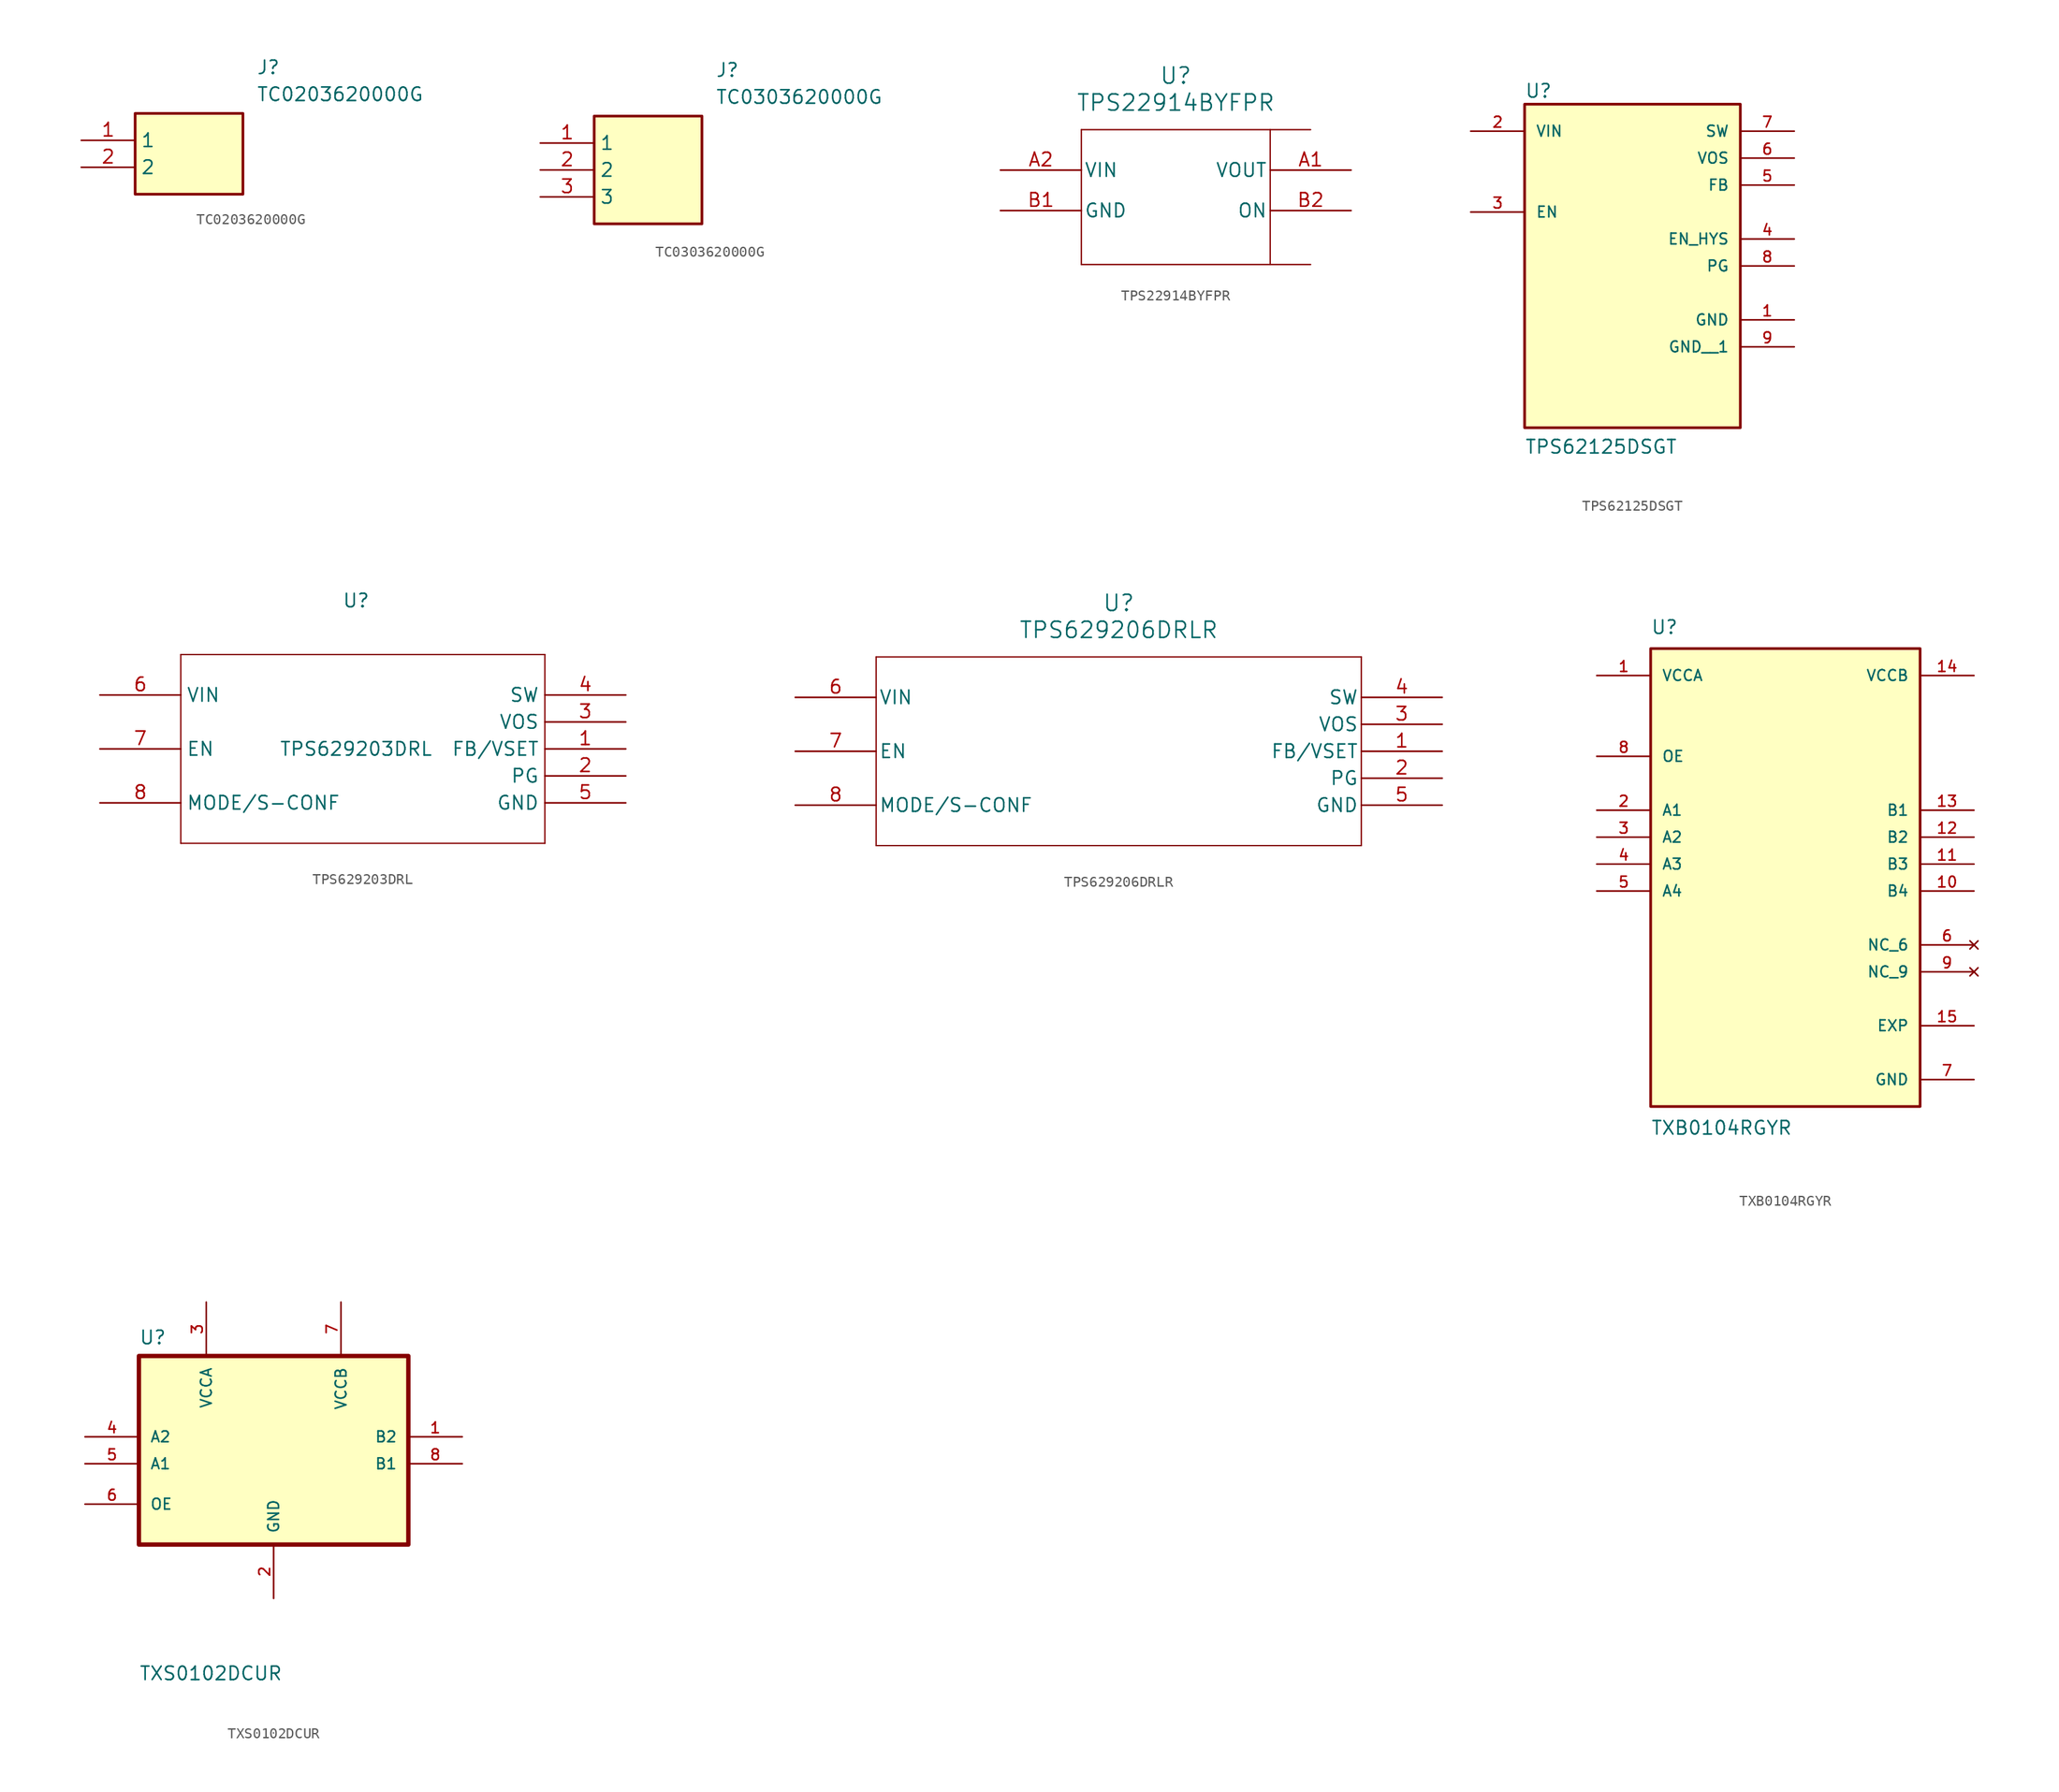
<source format=kicad_sym>
(kicad_symbol_lib
  (version 20241209)
  (generator "kicad_symbol_editor")
  (generator_version "9.0")
  (symbol "TC0203620000G"
    (property "Reference" "J"
      (at 16.51 7.62 0)
      (effects (font (size 1.27 1.27)) (justify left top)))
    (property "Value" "TC0203620000G"
      (at 16.51 5.08 0)
      (effects (font (size 1.27 1.27)) (justify left top)))
    (symbol "TC0203620000G_1_1"
      (rectangle (start 5.08 2.54) (end 15.24 -5.08) (stroke (width 0.254) (type default)) (fill (type background)))
      (pin passive line (at 0 0 0) (length 5.08) (name "1" (effects (font (size 1.27 1.27)))) (number "1" (effects (font (size 1.27 1.27)))))
      (pin passive line (at 0 -2.54 0) (length 5.08) (name "2" (effects (font (size 1.27 1.27)))) (number "2" (effects (font (size 1.27 1.27)))))))
  (symbol "TC0303620000G"
    (property "Reference" "J"
      (at 16.51 7.62 0)
      (effects (font (size 1.27 1.27)) (justify left top)))
    (property "Value" "TC0303620000G"
      (at 16.51 5.08 0)
      (effects (font (size 1.27 1.27)) (justify left top)))
    (symbol "TC0303620000G_1_1"
      (rectangle (start 5.08 2.54) (end 15.24 -7.62) (stroke (width 0.254) (type default)) (fill (type background)))
      (pin passive line (at 0 0 0) (length 5.08) (name "1" (effects (font (size 1.27 1.27)))) (number "1" (effects (font (size 1.27 1.27)))))
      (pin passive line (at 0 -2.54 0) (length 5.08) (name "2" (effects (font (size 1.27 1.27)))) (number "2" (effects (font (size 1.27 1.27)))))
      (pin passive line (at 0 -5.08 0) (length 5.08) (name "3" (effects (font (size 1.27 1.27)))) (number "3" (effects (font (size 1.27 1.27)))))))
  (symbol "TPS22914BYFPR"
    (pin_names
      (offset 0.254))
    (property "Reference" "U"
      (at 0 10.16 0)
      (effects (font (size 1.524 1.524))))
    (property "Value" "TPS22914BYFPR"
      (at 0 7.62 0)
      (effects (font (size 1.524 1.524))))
    (property "ki_locked" ""
      (at 0 0 0)
      (effects (font (size 1.27 1.27))))
    (symbol "TPS22914BYFPR_0_1"
      (polyline (pts (xy -8.89 5.08) (xy -8.89 -7.62)) (stroke (width 0.127) (type default)) (fill (type none)))
      (polyline (pts (xy -8.89 -7.62) (xy 12.7 -7.62)) (stroke (width 0.127) (type default)) (fill (type none)))
      (polyline (pts (xy 8.89 -7.62) (xy 8.89 5.08)) (stroke (width 0.127) (type default)) (fill (type none)))
      (polyline (pts (xy 12.7 5.08) (xy -8.89 5.08)) (stroke (width 0.127) (type default)) (fill (type none)))
      (pin input line (at -16.51 1.27 0) (length 7.62) (name "VIN" (effects (font (size 1.27 1.27)))) (number "A2" (effects (font (size 1.27 1.27)))))
      (pin power_in line (at -16.51 -2.54 0) (length 7.62) (name "GND" (effects (font (size 1.27 1.27)))) (number "B1" (effects (font (size 1.27 1.27)))))
      (pin output line (at 16.51 1.27 180) (length 7.62) (name "VOUT" (effects (font (size 1.27 1.27)))) (number "A1" (effects (font (size 1.27 1.27)))))
      (pin input line (at 16.51 -2.54 180) (length 7.62) (name "ON" (effects (font (size 1.27 1.27)))) (number "B2" (effects (font (size 1.27 1.27)))))))
  (symbol "TPS62125DSGT"
    (pin_names
      (offset 1.016))
    (property "Reference" "U"
      (at -10.16 10.668 0)
      (effects (font (size 1.27 1.27)) (justify left bottom)))
    (property "Value" "TPS62125DSGT"
      (at -10.16 -22.86 0)
      (effects (font (size 1.27 1.27)) (justify left bottom)))
    (symbol "TPS62125DSGT_0_0"
      (rectangle (start -10.16 -20.32) (end 10.16 10.16) (stroke (width 0.254) (type default)) (fill (type background)))
      (pin power_in line (at -15.24 7.62 0) (length 5.08) (name "VIN" (effects (font (size 1.016 1.016)))) (number "2" (effects (font (size 1.016 1.016)))))
      (pin input line (at -15.24 0 0) (length 5.08) (name "EN" (effects (font (size 1.016 1.016)))) (number "3" (effects (font (size 1.016 1.016)))))
      (pin output line (at 15.24 7.62 180) (length 5.08) (name "SW" (effects (font (size 1.016 1.016)))) (number "7" (effects (font (size 1.016 1.016)))))
      (pin input line (at 15.24 5.08 180) (length 5.08) (name "VOS" (effects (font (size 1.016 1.016)))) (number "6" (effects (font (size 1.016 1.016)))))
      (pin input line (at 15.24 2.54 180) (length 5.08) (name "FB" (effects (font (size 1.016 1.016)))) (number "5" (effects (font (size 1.016 1.016)))))
      (pin output line (at 15.24 -2.54 180) (length 5.08) (name "EN_HYS" (effects (font (size 1.016 1.016)))) (number "4" (effects (font (size 1.016 1.016)))))
      (pin output line (at 15.24 -5.08 180) (length 5.08) (name "PG" (effects (font (size 1.016 1.016)))) (number "8" (effects (font (size 1.016 1.016)))))
      (pin power_in line (at 15.24 -10.16 180) (length 5.08) (name "GND" (effects (font (size 1.016 1.016)))) (number "1" (effects (font (size 1.016 1.016)))))
      (pin power_in line (at 15.24 -12.7 180) (length 5.08) (name "GND__1" (effects (font (size 1.016 1.016)))) (number "9" (effects (font (size 1.016 1.016)))))))
  (symbol "TPS629203DRL"
    (property "Reference" "U"
      (at 0 13.97 0)
      (effects (font (size 1.27 1.27))))
    (property "Value" "TPS629203DRL"
      (at 0 0 0)
      (effects (font (size 1.27 1.27))))
    (symbol "TPS629203DRL_0_1"
      (polyline (pts (xy -16.51 8.89) (xy -16.51 -8.89)) (stroke (width 0.127) (type default)) (fill (type none)))
      (polyline (pts (xy -16.51 -8.89) (xy 17.78 -8.89)) (stroke (width 0.127) (type default)) (fill (type none)))
      (polyline (pts (xy 17.78 8.89) (xy -16.51 8.89)) (stroke (width 0.127) (type default)) (fill (type none)))
      (polyline (pts (xy 17.78 -8.89) (xy 17.78 8.89)) (stroke (width 0.127) (type default)) (fill (type none)))
      (pin input line (at -24.13 5.08 0) (length 7.62) (name "VIN" (effects (font (size 1.27 1.27)))) (number "6" (effects (font (size 1.27 1.27)))))
      (pin input line (at -24.13 0 0) (length 7.62) (name "EN" (effects (font (size 1.27 1.27)))) (number "7" (effects (font (size 1.27 1.27)))))
      (pin input line (at -24.13 -5.08 0) (length 7.62) (name "MODE/S-CONF" (effects (font (size 1.27 1.27)))) (number "8" (effects (font (size 1.27 1.27)))))
      (pin unspecified line (at 25.4 5.08 180) (length 7.62) (name "SW" (effects (font (size 1.27 1.27)))) (number "4" (effects (font (size 1.27 1.27)))))
      (pin input line (at 25.4 2.54 180) (length 7.62) (name "VOS" (effects (font (size 1.27 1.27)))) (number "3" (effects (font (size 1.27 1.27)))))
      (pin input line (at 25.4 0 180) (length 7.62) (name "FB/VSET" (effects (font (size 1.27 1.27)))) (number "1" (effects (font (size 1.27 1.27)))))
      (pin output line (at 25.4 -2.54 180) (length 7.62) (name "PG" (effects (font (size 1.27 1.27)))) (number "2" (effects (font (size 1.27 1.27)))))
      (pin power_out line (at 25.4 -5.08 180) (length 7.62) (name "GND" (effects (font (size 1.27 1.27)))) (number "5" (effects (font (size 1.27 1.27)))))))
  (symbol "TPS629206DRLR"
    (pin_names
      (offset 0.254))
    (property "Reference" "U"
      (at 0 13.97 0)
      (effects (font (size 1.524 1.524))))
    (property "Value" "TPS629206DRLR"
      (at 0 11.43 0)
      (effects (font (size 1.524 1.524))))
    (property "ki_locked" ""
      (at 0 0 0)
      (effects (font (size 1.27 1.27))))
    (symbol "TPS629206DRLR_0_1"
      (polyline (pts (xy -22.86 8.89) (xy -22.86 -8.89)) (stroke (width 0.127) (type default)) (fill (type none)))
      (polyline (pts (xy -22.86 -8.89) (xy 22.86 -8.89)) (stroke (width 0.127) (type default)) (fill (type none)))
      (polyline (pts (xy 22.86 8.89) (xy -22.86 8.89)) (stroke (width 0.127) (type default)) (fill (type none)))
      (polyline (pts (xy 22.86 -8.89) (xy 22.86 8.89)) (stroke (width 0.127) (type default)) (fill (type none)))
      (pin input line (at -30.48 5.08 0) (length 7.62) (name "VIN" (effects (font (size 1.27 1.27)))) (number "6" (effects (font (size 1.27 1.27)))))
      (pin input line (at -30.48 0 0) (length 7.62) (name "EN" (effects (font (size 1.27 1.27)))) (number "7" (effects (font (size 1.27 1.27)))))
      (pin input line (at -30.48 -5.08 0) (length 7.62) (name "MODE/S-CONF" (effects (font (size 1.27 1.27)))) (number "8" (effects (font (size 1.27 1.27)))))
      (pin unspecified line (at 30.48 5.08 180) (length 7.62) (name "SW" (effects (font (size 1.27 1.27)))) (number "4" (effects (font (size 1.27 1.27)))))
      (pin input line (at 30.48 2.54 180) (length 7.62) (name "VOS" (effects (font (size 1.27 1.27)))) (number "3" (effects (font (size 1.27 1.27)))))
      (pin input line (at 30.48 0 180) (length 7.62) (name "FB/VSET" (effects (font (size 1.27 1.27)))) (number "1" (effects (font (size 1.27 1.27)))))
      (pin output line (at 30.48 -2.54 180) (length 7.62) (name "PG" (effects (font (size 1.27 1.27)))) (number "2" (effects (font (size 1.27 1.27)))))
      (pin power_out line (at 30.48 -5.08 180) (length 7.62) (name "GND" (effects (font (size 1.27 1.27)))) (number "5" (effects (font (size 1.27 1.27)))))))
  (symbol "TXB0104RGYR"
    (pin_names
      (offset 1.016))
    (property "Reference" "U"
      (at -12.7 21.59 0)
      (effects (font (size 1.27 1.27)) (justify left bottom)))
    (property "Value" "TXB0104RGYR"
      (at -12.7 -24.13 0)
      (effects (font (size 1.27 1.27)) (justify left top)))
    (symbol "TXB0104RGYR_0_0"
      (rectangle (start -12.7 -22.86) (end 12.7 20.32) (stroke (width 0.254) (type default)) (fill (type background)))
      (pin power_in line (at -17.78 17.78 0) (length 5.08) (name "VCCA" (effects (font (size 1.016 1.016)))) (number "1" (effects (font (size 1.016 1.016)))))
      (pin input line (at -17.78 10.16 0) (length 5.08) (name "OE" (effects (font (size 1.016 1.016)))) (number "8" (effects (font (size 1.016 1.016)))))
      (pin bidirectional line (at -17.78 5.08 0) (length 5.08) (name "A1" (effects (font (size 1.016 1.016)))) (number "2" (effects (font (size 1.016 1.016)))))
      (pin bidirectional line (at -17.78 2.54 0) (length 5.08) (name "A2" (effects (font (size 1.016 1.016)))) (number "3" (effects (font (size 1.016 1.016)))))
      (pin bidirectional line (at -17.78 0 0) (length 5.08) (name "A3" (effects (font (size 1.016 1.016)))) (number "4" (effects (font (size 1.016 1.016)))))
      (pin bidirectional line (at -17.78 -2.54 0) (length 5.08) (name "A4" (effects (font (size 1.016 1.016)))) (number "5" (effects (font (size 1.016 1.016)))))
      (pin power_in line (at 17.78 17.78 180) (length 5.08) (name "VCCB" (effects (font (size 1.016 1.016)))) (number "14" (effects (font (size 1.016 1.016)))))
      (pin bidirectional line (at 17.78 5.08 180) (length 5.08) (name "B1" (effects (font (size 1.016 1.016)))) (number "13" (effects (font (size 1.016 1.016)))))
      (pin bidirectional line (at 17.78 2.54 180) (length 5.08) (name "B2" (effects (font (size 1.016 1.016)))) (number "12" (effects (font (size 1.016 1.016)))))
      (pin bidirectional line (at 17.78 0 180) (length 5.08) (name "B3" (effects (font (size 1.016 1.016)))) (number "11" (effects (font (size 1.016 1.016)))))
      (pin bidirectional line (at 17.78 -2.54 180) (length 5.08) (name "B4" (effects (font (size 1.016 1.016)))) (number "10" (effects (font (size 1.016 1.016)))))
      (pin no_connect line (at 17.78 -7.62 180) (length 5.08) (name "NC_6" (effects (font (size 1.016 1.016)))) (number "6" (effects (font (size 1.016 1.016)))))
      (pin no_connect line (at 17.78 -10.16 180) (length 5.08) (name "NC_9" (effects (font (size 1.016 1.016)))) (number "9" (effects (font (size 1.016 1.016)))))
      (pin passive line (at 17.78 -15.24 180) (length 5.08) (name "EXP" (effects (font (size 1.016 1.016)))) (number "15" (effects (font (size 1.016 1.016)))))
      (pin power_in line (at 17.78 -20.32 180) (length 5.08) (name "GND" (effects (font (size 1.016 1.016)))) (number "7" (effects (font (size 1.016 1.016)))))))
  (symbol "TXS0102DCUR"
    (pin_names
      (offset 1.016))
    (property "Reference" "U"
      (at -12.7 9.89 0)
      (effects (font (size 1.27 1.27)) (justify left bottom)))
    (property "Value" "TXS0102DCUR"
      (at -12.7 -21.78 0)
      (effects (font (size 1.27 1.27)) (justify left bottom)))
    (symbol "TXS0102DCUR_0_0"
      (rectangle (start -12.7 8.89) (end 12.7 -8.89) (stroke (width 0.41) (type default)) (fill (type background)))
      (pin bidirectional line (at -17.78 1.27 0) (length 5.08) (name "A2" (effects (font (size 1.016 1.016)))) (number "4" (effects (font (size 1.016 1.016)))))
      (pin bidirectional line (at -17.78 -1.27 0) (length 5.08) (name "A1" (effects (font (size 1.016 1.016)))) (number "5" (effects (font (size 1.016 1.016)))))
      (pin input line (at -17.78 -5.08 0) (length 5.08) (name "OE" (effects (font (size 1.016 1.016)))) (number "6" (effects (font (size 1.016 1.016)))))
      (pin power_in line (at -6.35 13.97 270) (length 5.08) (name "VCCA" (effects (font (size 1.016 1.016)))) (number "3" (effects (font (size 1.016 1.016)))))
      (pin power_in line (at 0 -13.97 90) (length 5.08) (name "GND" (effects (font (size 1.016 1.016)))) (number "2" (effects (font (size 1.016 1.016)))))
      (pin power_in line (at 6.35 13.97 270) (length 5.08) (name "VCCB" (effects (font (size 1.016 1.016)))) (number "7" (effects (font (size 1.016 1.016)))))
      (pin bidirectional line (at 17.78 1.27 180) (length 5.08) (name "B2" (effects (font (size 1.016 1.016)))) (number "1" (effects (font (size 1.016 1.016)))))
      (pin bidirectional line (at 17.78 -1.27 180) (length 5.08) (name "B1" (effects (font (size 1.016 1.016)))) (number "8" (effects (font (size 1.016 1.016))))))))
</source>
